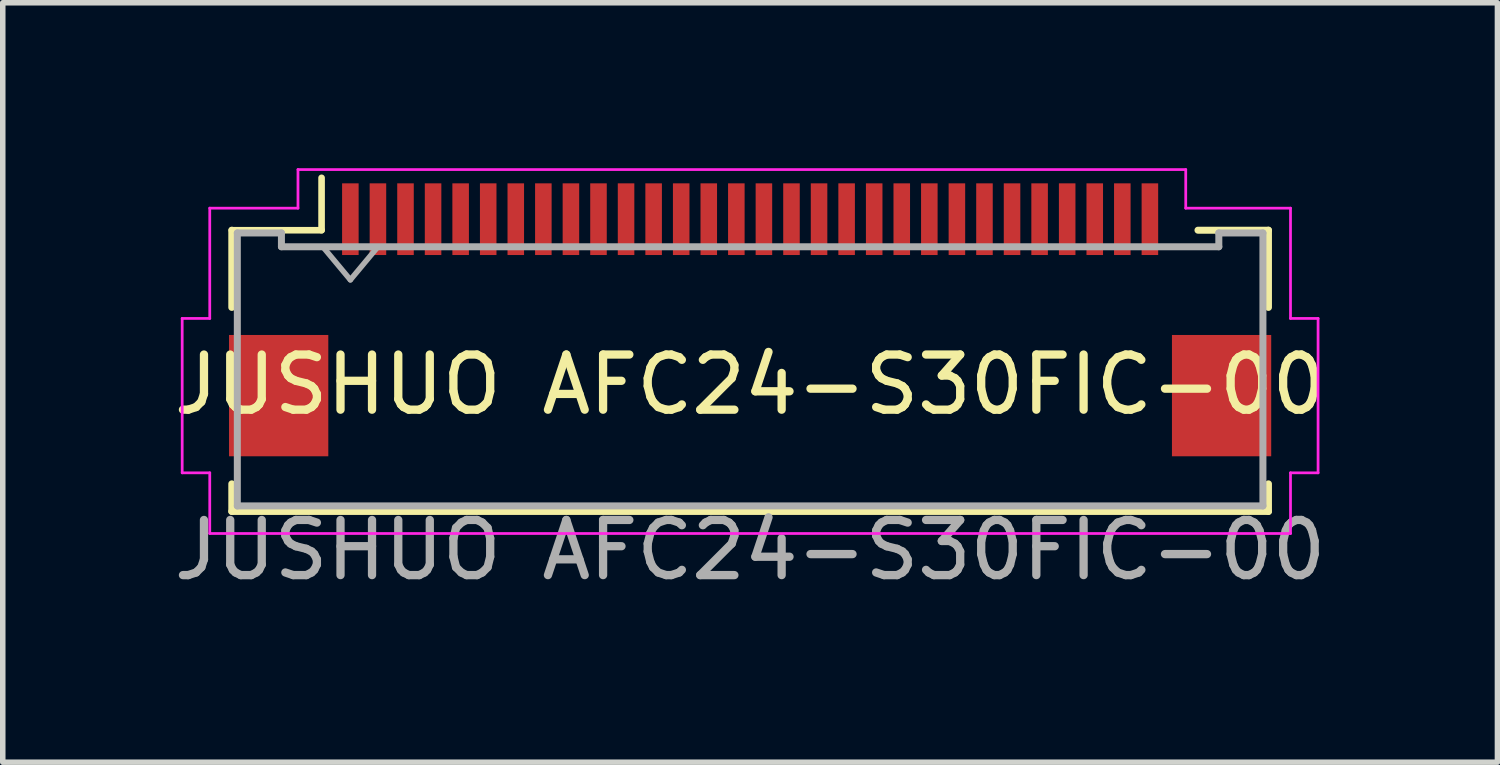
<source format=kicad_pcb>
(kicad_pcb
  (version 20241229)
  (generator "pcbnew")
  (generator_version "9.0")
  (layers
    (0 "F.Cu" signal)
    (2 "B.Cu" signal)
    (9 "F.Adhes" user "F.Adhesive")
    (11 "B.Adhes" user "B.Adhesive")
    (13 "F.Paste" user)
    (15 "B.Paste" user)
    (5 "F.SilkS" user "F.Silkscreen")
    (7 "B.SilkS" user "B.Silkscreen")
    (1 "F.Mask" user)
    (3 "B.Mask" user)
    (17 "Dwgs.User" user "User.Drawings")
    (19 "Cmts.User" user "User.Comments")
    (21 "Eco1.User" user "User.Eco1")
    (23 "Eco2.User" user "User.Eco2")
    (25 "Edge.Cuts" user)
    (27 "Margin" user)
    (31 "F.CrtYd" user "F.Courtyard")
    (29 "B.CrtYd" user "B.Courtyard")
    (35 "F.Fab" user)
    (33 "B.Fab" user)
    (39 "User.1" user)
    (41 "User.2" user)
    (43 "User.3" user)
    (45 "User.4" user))
  (footprint "JUSHUO AFC24-S30FIC-00"
    (layer "F.Cu")
    (at 10.554 4.425)
    (property "Reference" "JUSHUO AFC24-S30FIC-00" (at 0 -0.5 0) (unlocked yes) (layer "F.SilkS") (effects (font (size 1 1) (thickness 0.15))))
    (attr smd)
    (fp_line (start -9.4 -1.9) (end -9.4 -3.3) (stroke (width 0.127) (type solid)) (layer "F.SilkS"))
    (fp_line (start -9.4 1.3) (end -9.4 1.8) (stroke (width 0.127) (type solid)) (layer "F.SilkS"))
    (fp_line (start -9.4 1.8) (end 9.4 1.8) (stroke (width 0.127) (type solid)) (layer "F.SilkS"))
    (fp_line (start -7.772 -3.3) (end -9.4 -3.3) (stroke (width 0.12) (type solid)) (layer "F.SilkS"))
    (fp_line (start -7.772 -3.3) (end -7.772 -4.25) (stroke (width 0.12) (type solid)) (layer "F.SilkS"))
    (fp_line (start 9.4 -3.3) (end 8.122 -3.3) (stroke (width 0.127) (type solid)) (layer "F.SilkS"))
    (fp_line (start 9.4 -1.9) (end 9.4 -3.3) (stroke (width 0.127) (type solid)) (layer "F.SilkS"))
    (fp_line (start 9.4 1.8) (end 9.4 1.3) (stroke (width 0.127) (type solid)) (layer "F.SilkS"))
    (fp_poly (pts (xy -7.389 -4.15) (xy -7.125 -4.15) (xy -7.125 -2.849) (xy -7.389 -2.849)) (stroke (width 0.01) (type solid)) (fill yes) (layer "F.Paste"))
    (fp_poly (pts (xy -6.88 -4.15) (xy -6.625 -4.15) (xy -6.625 -2.85) (xy -6.88 -2.85)) (stroke (width 0.01) (type solid)) (fill yes) (layer "F.Paste"))
    (fp_poly (pts (xy -6.387 -4.15) (xy -6.125 -4.15) (xy -6.125 -2.849) (xy -6.387 -2.849)) (stroke (width 0.01) (type solid)) (fill yes) (layer "F.Paste"))
    (fp_poly (pts (xy -5.882 -4.15) (xy -5.625 -4.15) (xy -5.625 -2.849) (xy -5.882 -2.849)) (stroke (width 0.01) (type solid)) (fill yes) (layer "F.Paste"))
    (fp_poly (pts (xy -5.377 -4.15) (xy -5.125 -4.15) (xy -5.125 -2.85) (xy -5.377 -2.85)) (stroke (width 0.01) (type solid)) (fill yes) (layer "F.Paste"))
    (fp_poly (pts (xy -4.879 -4.15) (xy -4.625 -4.15) (xy -4.625 -2.849) (xy -4.879 -2.849)) (stroke (width 0.01) (type solid)) (fill yes) (layer "F.Paste"))
    (fp_poly (pts (xy -4.381 -4.15) (xy -4.125 -4.15) (xy -4.125 -2.849) (xy -4.381 -2.849)) (stroke (width 0.01) (type solid)) (fill yes) (layer "F.Paste"))
    (fp_poly (pts (xy -3.88 -4.15) (xy -3.625 -4.15) (xy -3.625 -2.849) (xy -3.88 -2.849)) (stroke (width 0.01) (type solid)) (fill yes) (layer "F.Paste"))
    (fp_poly (pts (xy -3.382 -4.15) (xy -3.125 -4.15) (xy -3.125 -2.849) (xy -3.382 -2.849)) (stroke (width 0.01) (type solid)) (fill yes) (layer "F.Paste"))
    (fp_poly (pts (xy -2.878 -4.15) (xy -2.625 -4.15) (xy -2.625 -2.849) (xy -2.878 -2.849)) (stroke (width 0.01) (type solid)) (fill yes) (layer "F.Paste"))
    (fp_poly (pts (xy -2.378 -4.15) (xy -2.125 -4.15) (xy -2.125 -2.849) (xy -2.378 -2.849)) (stroke (width 0.01) (type solid)) (fill yes) (layer "F.Paste"))
    (fp_poly (pts (xy -1.875 -4.15) (xy -1.625 -4.15) (xy -1.625 -2.85) (xy -1.875 -2.85)) (stroke (width 0.01) (type solid)) (fill yes) (layer "F.Paste"))
    (fp_poly (pts (xy -1.375 -4.15) (xy -1.125 -4.15) (xy -1.125 -2.85) (xy -1.375 -2.85)) (stroke (width 0.01) (type solid)) (fill yes) (layer "F.Paste"))
    (fp_poly (pts (xy -0.877 -4.15) (xy -0.625 -4.15) (xy -0.625 -2.849) (xy -0.877 -2.849)) (stroke (width 0.01) (type solid)) (fill yes) (layer "F.Paste"))
    (fp_poly (pts (xy -0.375 -4.15) (xy -0.125 -4.15) (xy -0.125 -2.849) (xy -0.375 -2.849)) (stroke (width 0.01) (type solid)) (fill yes) (layer "F.Paste"))
    (fp_poly (pts (xy 0.125 -4.15) (xy 0.375 -4.15) (xy 0.375 -2.85) (xy 0.125 -2.85)) (stroke (width 0.01) (type solid)) (fill yes) (layer "F.Paste"))
    (fp_poly (pts (xy 0.626 -4.15) (xy 0.875 -4.15) (xy 0.875 -2.849) (xy 0.626 -2.849)) (stroke (width 0.01) (type solid)) (fill yes) (layer "F.Paste"))
    (fp_poly (pts (xy 1.125 -4.15) (xy 1.375 -4.15) (xy 1.375 -2.85) (xy 1.125 -2.85)) (stroke (width 0.01) (type solid)) (fill yes) (layer "F.Paste"))
    (fp_poly (pts (xy 1.626 -4.15) (xy 1.875 -4.15) (xy 1.875 -2.85) (xy 1.626 -2.85)) (stroke (width 0.01) (type solid)) (fill yes) (layer "F.Paste"))
    (fp_poly (pts (xy 2.126 -4.15) (xy 2.375 -4.15) (xy 2.375 -2.85) (xy 2.126 -2.85)) (stroke (width 0.01) (type solid)) (fill yes) (layer "F.Paste"))
    (fp_poly (pts (xy 2.626 -4.15) (xy 2.875 -4.15) (xy 2.875 -2.85) (xy 2.626 -2.85)) (stroke (width 0.01) (type solid)) (fill yes) (layer "F.Paste"))
    (fp_poly (pts (xy 3.131 -4.15) (xy 3.375 -4.15) (xy 3.375 -2.849) (xy 3.131 -2.849)) (stroke (width 0.01) (type solid)) (fill yes) (layer "F.Paste"))
    (fp_poly (pts (xy 3.631 -4.15) (xy 3.875 -4.15) (xy 3.875 -2.849) (xy 3.631 -2.849)) (stroke (width 0.01) (type solid)) (fill yes) (layer "F.Paste"))
    (fp_poly (pts (xy 4.125 -4.15) (xy 4.375 -4.15) (xy 4.375 -2.85) (xy 4.125 -2.85)) (stroke (width 0.01) (type solid)) (fill yes) (layer "F.Paste"))
    (fp_poly (pts (xy 4.626 -4.15) (xy 4.875 -4.15) (xy 4.875 -2.85) (xy 4.626 -2.85)) (stroke (width 0.01) (type solid)) (fill yes) (layer "F.Paste"))
    (fp_poly (pts (xy 5.133 -4.15) (xy 5.375 -4.15) (xy 5.375 -2.849) (xy 5.133 -2.849)) (stroke (width 0.01) (type solid)) (fill yes) (layer "F.Paste"))
    (fp_poly (pts (xy 5.636 -4.15) (xy 5.875 -4.15) (xy 5.875 -2.849) (xy 5.636 -2.849)) (stroke (width 0.01) (type solid)) (fill yes) (layer "F.Paste"))
    (fp_poly (pts (xy 6.126 -4.15) (xy 6.375 -4.15) (xy 6.375 -2.85) (xy 6.126 -2.85)) (stroke (width 0.01) (type solid)) (fill yes) (layer "F.Paste"))
    (fp_poly (pts (xy 6.629 -4.15) (xy 6.875 -4.15) (xy 6.875 -2.85) (xy 6.629 -2.85)) (stroke (width 0.01) (type solid)) (fill yes) (layer "F.Paste"))
    (fp_poly (pts (xy 7.13 -4.15) (xy 7.375 -4.15) (xy 7.375 -2.85) (xy 7.13 -2.85)) (stroke (width 0.01) (type solid)) (fill yes) (layer "F.Paste"))
    (fp_line (start -10.3 -1.7) (end -9.8 -1.7) (stroke (width 0.05) (type solid)) (layer "F.CrtYd"))
    (fp_line (start -10.3 1.1) (end -10.3 -1.7) (stroke (width 0.05) (type solid)) (layer "F.CrtYd"))
    (fp_line (start -9.8 -3.7) (end -8.2 -3.7) (stroke (width 0.05) (type solid)) (layer "F.CrtYd"))
    (fp_line (start -9.8 -1.7) (end -9.8 -3.7) (stroke (width 0.05) (type solid)) (layer "F.CrtYd"))
    (fp_line (start -9.8 1.1) (end -10.3 1.1) (stroke (width 0.05) (type solid)) (layer "F.CrtYd"))
    (fp_line (start -9.8 2.2) (end -9.8 1.1) (stroke (width 0.05) (type solid)) (layer "F.CrtYd"))
    (fp_line (start -8.2 -4.4) (end 7.9 -4.4) (stroke (width 0.05) (type solid)) (layer "F.CrtYd"))
    (fp_line (start -8.2 -3.7) (end -8.2 -4.4) (stroke (width 0.05) (type solid)) (layer "F.CrtYd"))
    (fp_line (start 7.9 -4.4) (end 7.9 -3.7) (stroke (width 0.05) (type solid)) (layer "F.CrtYd"))
    (fp_line (start 7.9 -3.7) (end 9.8 -3.7) (stroke (width 0.05) (type solid)) (layer "F.CrtYd"))
    (fp_line (start 9.8 -3.7) (end 9.8 -1.7) (stroke (width 0.05) (type solid)) (layer "F.CrtYd"))
    (fp_line (start 9.8 -1.7) (end 10.3 -1.7) (stroke (width 0.05) (type solid)) (layer "F.CrtYd"))
    (fp_line (start 9.8 1.1) (end 9.8 2.2) (stroke (width 0.05) (type solid)) (layer "F.CrtYd"))
    (fp_line (start 9.8 2.2) (end -9.8 2.2) (stroke (width 0.05) (type solid)) (layer "F.CrtYd"))
    (fp_line (start 10.3 -1.7) (end 10.3 1.1) (stroke (width 0.05) (type solid)) (layer "F.CrtYd"))
    (fp_line (start 10.3 1.1) (end 9.8 1.1) (stroke (width 0.05) (type solid)) (layer "F.CrtYd"))
    (fp_line (start -9.3 -3.25) (end -9.3 1.7) (stroke (width 0.127) (type solid)) (layer "F.Fab"))
    (fp_line (start -9.3 -3.25) (end -8.5 -3.25) (stroke (width 0.127) (type solid)) (layer "F.Fab"))
    (fp_line (start -8.5 -3.25) (end -8.5 -3) (stroke (width 0.127) (type solid)) (layer "F.Fab"))
    (fp_line (start -7.75 -3) (end -7.25 -2.4) (stroke (width 0.1) (type solid)) (layer "F.Fab"))
    (fp_line (start -7.25 -2.4) (end -6.75 -3) (stroke (width 0.1) (type solid)) (layer "F.Fab"))
    (fp_line (start 8.5 -3.25) (end 9.3 -3.25) (stroke (width 0.127) (type solid)) (layer "F.Fab"))
    (fp_line (start 8.5 -3) (end -8.5 -3) (stroke (width 0.127) (type solid)) (layer "F.Fab"))
    (fp_line (start 8.5 -3) (end 8.5 -3.25) (stroke (width 0.127) (type solid)) (layer "F.Fab"))
    (fp_line (start 9.3 1.7) (end -9.3 1.7) (stroke (width 0.127) (type solid)) (layer "F.Fab"))
    (fp_line (start 9.3 1.7) (end 9.3 -3.25) (stroke (width 0.127) (type solid)) (layer "F.Fab"))
    (fp_text user "${REFERENCE}" (at 0 2.5 0) (unlocked yes) (layer "F.Fab") (effects (font (size 1 1) (thickness 0.15))))
    (pad "1" smd rect (at -7.25 -3.5 90) (size 1.3 0.3) (layers "F.Cu" "F.Mask"))
    (pad "2" smd rect (at -6.75 -3.5 90) (size 1.3 0.3) (layers "F.Cu" "F.Mask"))
    (pad "3" smd rect (at -6.25 -3.5 90) (size 1.3 0.3) (layers "F.Cu" "F.Mask"))
    (pad "4" smd rect (at -5.75 -3.5 90) (size 1.3 0.3) (layers "F.Cu" "F.Mask"))
    (pad "5" smd rect (at -5.25 -3.5 90) (size 1.3 0.3) (layers "F.Cu" "F.Mask"))
    (pad "6" smd rect (at -4.75 -3.5 90) (size 1.3 0.3) (layers "F.Cu" "F.Mask"))
    (pad "7" smd rect (at -4.25 -3.5 90) (size 1.3 0.3) (layers "F.Cu" "F.Mask"))
    (pad "8" smd rect (at -3.75 -3.5 90) (size 1.3 0.3) (layers "F.Cu" "F.Mask"))
    (pad "9" smd rect (at -3.25 -3.5 90) (size 1.3 0.3) (layers "F.Cu" "F.Mask"))
    (pad "10" smd rect (at -2.75 -3.5 90) (size 1.3 0.3) (layers "F.Cu" "F.Mask"))
    (pad "11" smd rect (at -2.25 -3.5 90) (size 1.3 0.3) (layers "F.Cu" "F.Mask"))
    (pad "12" smd rect (at -1.75 -3.5 90) (size 1.3 0.3) (layers "F.Cu" "F.Mask"))
    (pad "13" smd rect (at -1.25 -3.5 90) (size 1.3 0.3) (layers "F.Cu" "F.Mask"))
    (pad "14" smd rect (at -0.75 -3.5 90) (size 1.3 0.3) (layers "F.Cu" "F.Mask"))
    (pad "15" smd rect (at -0.25 -3.5 90) (size 1.3 0.3) (layers "F.Cu" "F.Mask"))
    (pad "16" smd rect (at 0.25 -3.5 90) (size 1.3 0.3) (layers "F.Cu" "F.Mask"))
    (pad "17" smd rect (at 0.75 -3.5 90) (size 1.3 0.3) (layers "F.Cu" "F.Mask"))
    (pad "18" smd rect (at 1.25 -3.5 90) (size 1.3 0.3) (layers "F.Cu" "F.Mask"))
    (pad "19" smd rect (at 1.75 -3.5 90) (size 1.3 0.3) (layers "F.Cu" "F.Mask"))
    (pad "20" smd rect (at 2.25 -3.5 90) (size 1.3 0.3) (layers "F.Cu" "F.Mask"))
    (pad "21" smd rect (at 2.75 -3.5 90) (size 1.3 0.3) (layers "F.Cu" "F.Mask"))
    (pad "22" smd rect (at 3.25 -3.5 90) (size 1.3 0.3) (layers "F.Cu" "F.Mask"))
    (pad "23" smd rect (at 3.75 -3.5 90) (size 1.3 0.3) (layers "F.Cu" "F.Mask"))
    (pad "24" smd rect (at 4.25 -3.5 90) (size 1.3 0.3) (layers "F.Cu" "F.Mask"))
    (pad "25" smd rect (at 4.75 -3.5 90) (size 1.3 0.3) (layers "F.Cu" "F.Mask"))
    (pad "26" smd rect (at 5.25 -3.5 90) (size 1.3 0.3) (layers "F.Cu" "F.Mask"))
    (pad "27" smd rect (at 5.75 -3.5 90) (size 1.3 0.3) (layers "F.Cu" "F.Mask"))
    (pad "28" smd rect (at 6.25 -3.5 90) (size 1.3 0.3) (layers "F.Cu" "F.Mask"))
    (pad "29" smd rect (at 6.75 -3.5 90) (size 1.3 0.3) (layers "F.Cu" "F.Mask"))
    (pad "30" smd rect (at 7.25 -3.5 90) (size 1.3 0.3) (layers "F.Cu" "F.Mask"))
    (pad "MP" smd rect (at -8.55 -0.3) (size 1.8 2.2) (layers "F.Cu" "F.Mask" "F.Paste"))
    (pad "MP" smd rect (at 8.55 -0.3) (size 1.8 2.2) (layers "F.Cu" "F.Mask" "F.Paste")))
  (gr_rect
    (start -3 -3)
    (end 24.107 10.773)
    (stroke (width 0.1) (type default))
    (fill no)
    (layer "Edge.Cuts")))
</source>
